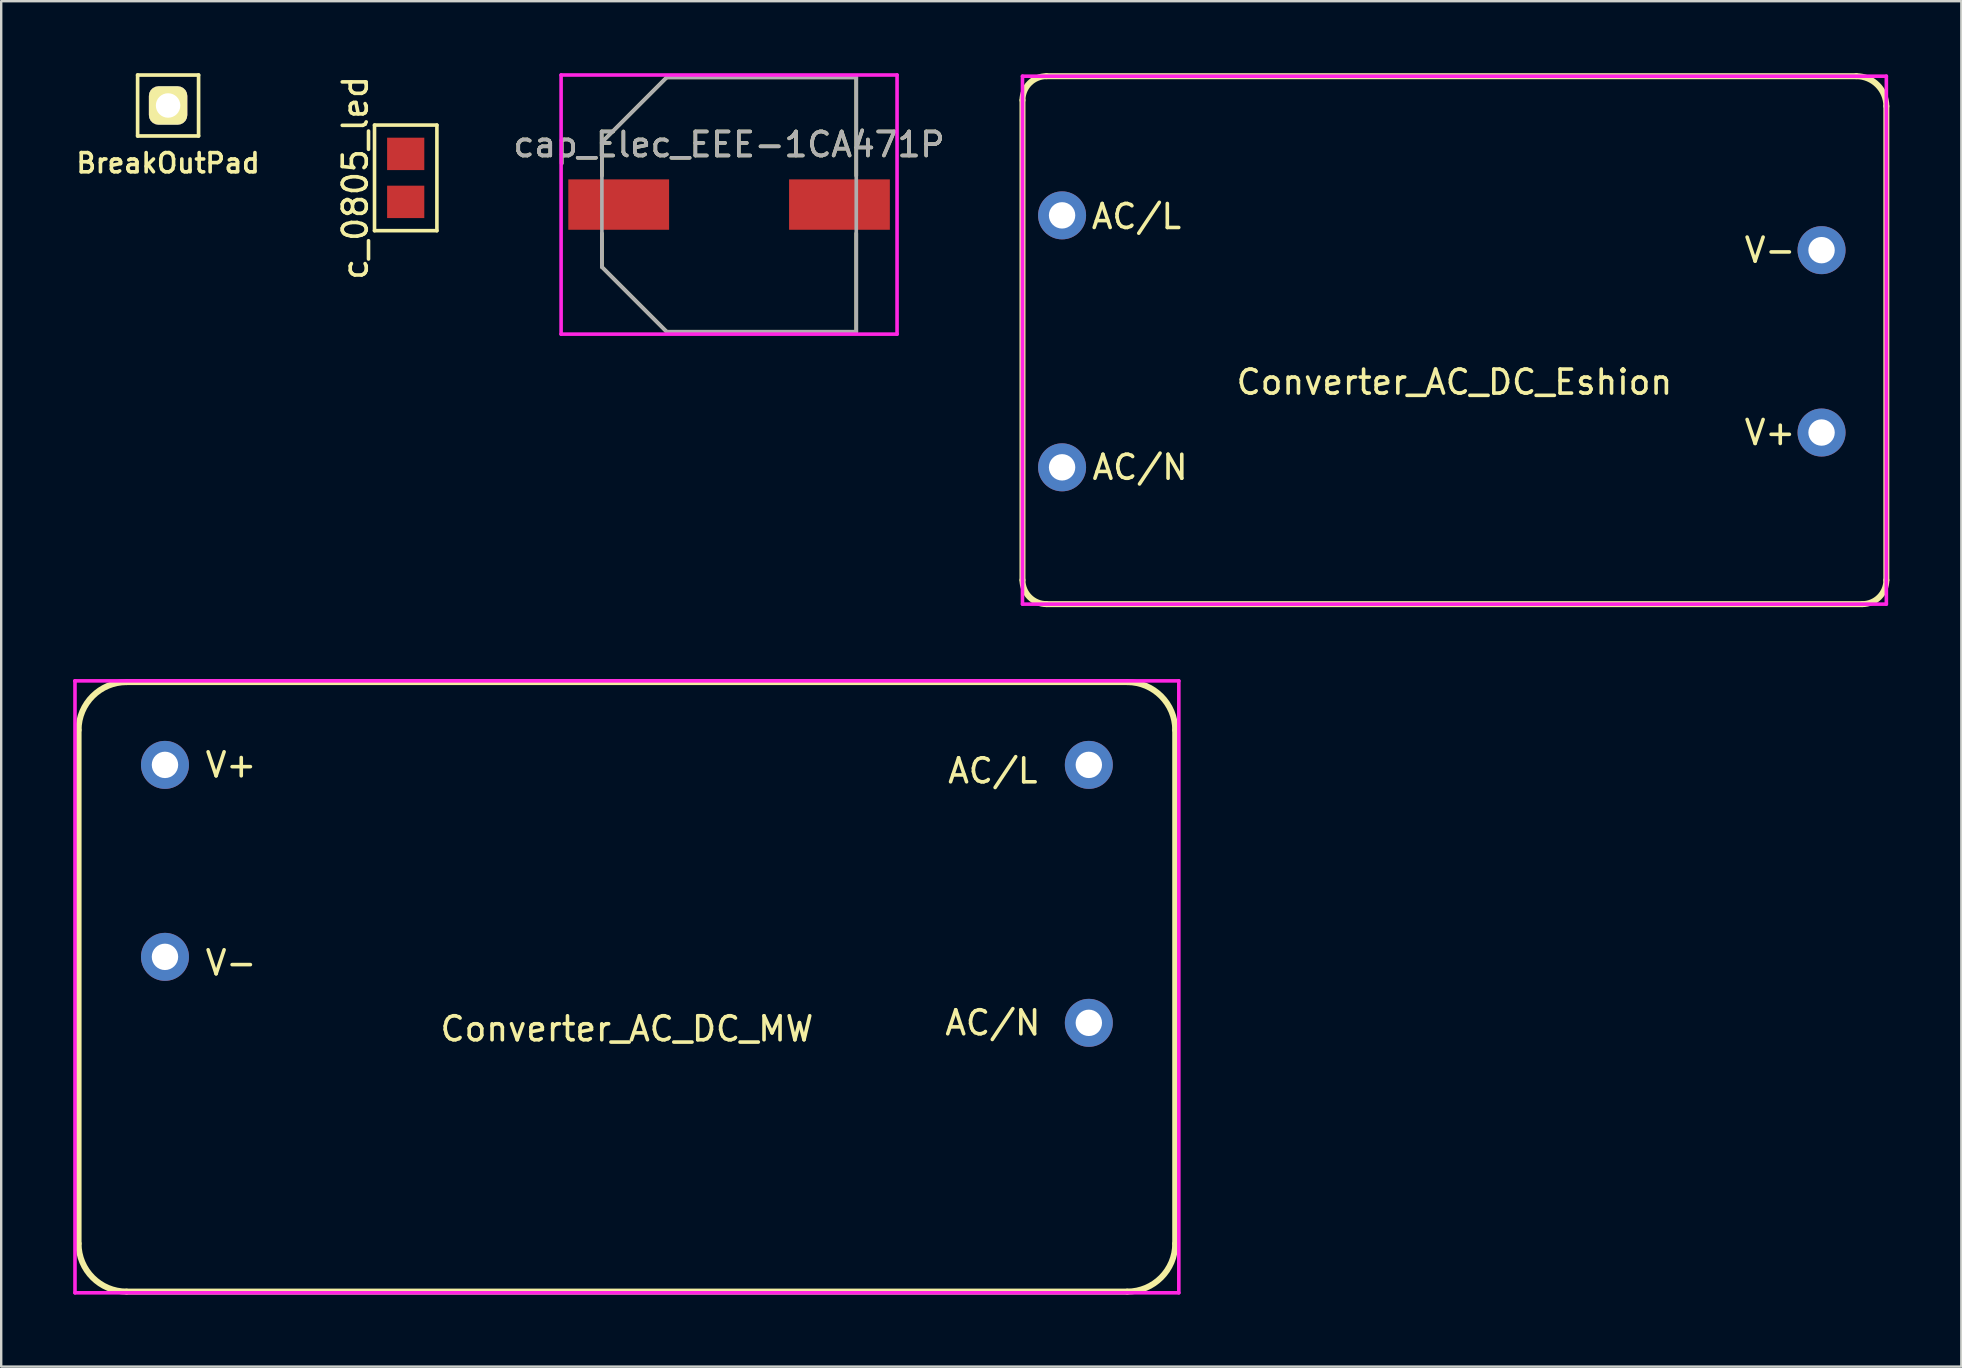
<source format=kicad_pcb>
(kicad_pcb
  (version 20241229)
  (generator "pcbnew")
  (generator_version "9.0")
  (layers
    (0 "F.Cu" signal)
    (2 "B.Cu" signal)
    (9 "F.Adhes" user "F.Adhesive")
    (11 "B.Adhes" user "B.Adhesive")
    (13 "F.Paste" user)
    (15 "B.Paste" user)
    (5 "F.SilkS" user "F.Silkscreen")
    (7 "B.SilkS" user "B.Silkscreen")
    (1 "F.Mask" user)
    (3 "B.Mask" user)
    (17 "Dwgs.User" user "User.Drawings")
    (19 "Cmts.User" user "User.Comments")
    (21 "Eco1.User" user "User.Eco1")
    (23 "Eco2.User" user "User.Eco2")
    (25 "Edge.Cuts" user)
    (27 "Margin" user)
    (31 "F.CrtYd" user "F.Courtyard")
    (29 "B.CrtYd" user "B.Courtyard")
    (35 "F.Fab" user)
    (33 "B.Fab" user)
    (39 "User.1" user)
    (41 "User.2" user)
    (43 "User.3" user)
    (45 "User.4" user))
  (footprint "cap_Elec_EEE-1CA471P"
    (layer "F.Cu")
    (at 27.333 5.475)
    (property "Reference" "cap_Elec_EEE-1CA471P" (at 0 -2.5 0) (layer "F.SilkS") (effects (font (size 1 1) (thickness 0.15))))
    (attr through_hole)
    (fp_line (start -5.3 -2.6) (end -5.3 -1.2) (stroke (width 0.152) (type solid)) (layer "F.SilkS"))
    (fp_line (start -5.3 1.2) (end -5.3 2.6) (stroke (width 0.152) (type solid)) (layer "F.SilkS"))
    (fp_line (start -5.3 2.6) (end -2.6 5.3) (stroke (width 0.15) (type solid)) (layer "F.SilkS"))
    (fp_line (start -2.6 -5.3) (end -5.3 -2.6) (stroke (width 0.15) (type solid)) (layer "F.SilkS"))
    (fp_line (start -2.6 5.3) (end 5.3 5.3) (stroke (width 0.152) (type solid)) (layer "F.SilkS"))
    (fp_line (start 5.3 -5.3) (end -2.6 -5.3) (stroke (width 0.152) (type solid)) (layer "F.SilkS"))
    (fp_line (start 5.3 -1.2) (end 5.3 -5.3) (stroke (width 0.152) (type solid)) (layer "F.SilkS"))
    (fp_line (start 5.3 5.3) (end 5.3 1.2) (stroke (width 0.152) (type solid)) (layer "F.SilkS"))
    (fp_line (start -7 -5.4) (end -7 5.4) (stroke (width 0.15) (type solid)) (layer "F.CrtYd"))
    (fp_line (start -7 5.4) (end 7 5.4) (stroke (width 0.15) (type solid)) (layer "F.CrtYd"))
    (fp_line (start 7 -5.4) (end -7 -5.4) (stroke (width 0.15) (type solid)) (layer "F.CrtYd"))
    (fp_line (start 7 5.4) (end 7 -5.4) (stroke (width 0.15) (type solid)) (layer "F.CrtYd"))
    (fp_line (start -5.3 -2.6) (end -5.3 2.6) (stroke (width 0.152) (type solid)) (layer "F.Fab"))
    (fp_line (start -5.3 -2.6) (end -2.6 -5.3) (stroke (width 0.152) (type solid)) (layer "F.Fab"))
    (fp_line (start -5.3 2.6) (end -2.6 5.3) (stroke (width 0.152) (type solid)) (layer "F.Fab"))
    (fp_line (start -2.6 5.3) (end 5.3 5.3) (stroke (width 0.152) (type solid)) (layer "F.Fab"))
    (fp_line (start 5.3 -5.3) (end -2.6 -5.3) (stroke (width 0.152) (type solid)) (layer "F.Fab"))
    (fp_line (start 5.3 5.3) (end 5.3 -5.3) (stroke (width 0.152) (type solid)) (layer "F.Fab"))
    (fp_text user "${REFERENCE}" (at 0 -2.5 0) (layer "F.Fab") (effects (font (size 1 1) (thickness 0.15))))
    (pad "1" smd rect (at -4.6 0) (size 4.2 2.1) (layers "F.Cu" "F.Mask" "F.Paste"))
    (pad "2" smd rect (at 4.6 0) (size 4.2 2.1) (layers "F.Cu" "F.Mask" "F.Paste")))
  (footprint "BreakOutPad"
    (layer "F.Cu")
    (at 3.955 1.346)
    (property "Reference" "BreakOutPad" (at 0 2.4 0) (layer "F.SilkS") (effects (font (size 0.8 0.8) (thickness 0.15))))
    (attr through_hole)
    (fp_line (start -1.27 -1.27) (end 1.27 -1.27) (stroke (width 0.152) (type solid)) (layer "F.SilkS"))
    (fp_line (start -1.27 1.27) (end -1.27 -1.27) (stroke (width 0.152) (type solid)) (layer "F.SilkS"))
    (fp_line (start 1.27 -1.27) (end 1.27 1.27) (stroke (width 0.152) (type solid)) (layer "F.SilkS"))
    (fp_line (start 1.27 1.27) (end -1.27 1.27) (stroke (width 0.152) (type solid)) (layer "F.SilkS"))
    (pad "1" thru_hole roundrect (at 0 0) (size 1.6 1.6) (drill 1.02) (layers "*.Cu" "*.Mask" "F.SilkS") (roundrect_rratio 0.25)))
  (footprint "Converter_AC_DC_Eshion"
    (layer "F.Cu")
    (at 57.56 11.125)
    (property "Reference" "Converter_AC_DC_Eshion" (at 0 1.75 0) (layer "F.SilkS") (effects (font (size 1 1) (thickness 0.15))))
    (attr through_hole)
    (fp_line (start -18 10) (end -18 -10) (stroke (width 0.25) (type solid)) (layer "F.SilkS"))
    (fp_line (start -17 -11) (end 16.75 -11) (stroke (width 0.25) (type solid)) (layer "F.SilkS"))
    (fp_line (start 17 11) (end -17 11) (stroke (width 0.25) (type solid)) (layer "F.SilkS"))
    (fp_line (start 18 -9.75) (end 18 10) (stroke (width 0.25) (type solid)) (layer "F.SilkS"))
    (fp_arc (start -18 -10) (mid -17.707107 -10.707107) (end -17 -11) (stroke (width 0.25) (type solid)) (layer "F.SilkS"))
    (fp_arc (start -17 11) (mid -17.707107 10.707107) (end -18 10) (stroke (width 0.25) (type solid)) (layer "F.SilkS"))
    (fp_arc (start 16.75 -11) (mid 17.633883 -10.633883) (end 18 -9.75) (stroke (width 0.25) (type solid)) (layer "F.SilkS"))
    (fp_arc (start 18 10) (mid 17.707107 10.707107) (end 17 11) (stroke (width 0.25) (type solid)) (layer "F.SilkS"))
    (fp_line (start -18 -11) (end -18 11) (stroke (width 0.15) (type solid)) (layer "F.CrtYd"))
    (fp_line (start -18 11) (end 18 11) (stroke (width 0.15) (type solid)) (layer "F.CrtYd"))
    (fp_line (start 18 -11) (end -18 -11) (stroke (width 0.15) (type solid)) (layer "F.CrtYd"))
    (fp_line (start 18 11) (end 18 -11) (stroke (width 0.15) (type solid)) (layer "F.CrtYd"))
    (fp_text user "V-" (at 13.15 -3.75 0) (layer "F.SilkS") (effects (font (size 1 1) (thickness 0.15))))
    (fp_text user "AC/N" (at -13.1 5.3 0) (layer "F.SilkS") (effects (font (size 1 1) (thickness 0.15))))
    (fp_text user "AC/L" (at -13.25 -5.15 0) (layer "F.SilkS") (effects (font (size 1 1) (thickness 0.15))))
    (fp_text user "V+" (at 13.15 3.85 0) (layer "F.SilkS") (effects (font (size 1 1) (thickness 0.15))))
    (pad "1" thru_hole circle (at -16.35 -5.2) (size 2 2) (drill 1.1) (layers "*.Cu" "*.Mask"))
    (pad "2" thru_hole circle (at -16.35 5.3) (size 2 2) (drill 1.1) (layers "*.Cu" "*.Mask"))
    (pad "3" thru_hole circle (at 15.3 3.85) (size 2 2) (drill 1.1) (layers "*.Cu" "*.Mask"))
    (pad "4" thru_hole circle (at 15.3 -3.75) (size 2 2) (drill 1.1) (layers "*.Cu" "*.Mask")))
  (footprint "Converter_AC_DC_MW"
    (layer "F.Cu")
    (at 23.075 38.075)
    (property "Reference" "Converter_AC_DC_MW" (at 0 1.75 0) (layer "F.SilkS") (effects (font (size 1 1) (thickness 0.15))))
    (attr through_hole)
    (fp_line (start -22.85 10.7) (end -22.85 -10.7) (stroke (width 0.25) (type solid)) (layer "F.SilkS"))
    (fp_line (start -20.85 -12.7) (end 20.85 -12.7) (stroke (width 0.25) (type solid)) (layer "F.SilkS"))
    (fp_line (start 20.85 12.7) (end -20.85 12.7) (stroke (width 0.25) (type solid)) (layer "F.SilkS"))
    (fp_line (start 22.85 -10.7) (end 22.85 10.7) (stroke (width 0.25) (type solid)) (layer "F.SilkS"))
    (fp_arc (start -22.85 -10.7) (mid -22.264214 -12.114214) (end -20.85 -12.7) (stroke (width 0.25) (type solid)) (layer "F.SilkS"))
    (fp_arc (start -20.85 12.7) (mid -22.264214 12.114214) (end -22.85 10.7) (stroke (width 0.25) (type solid)) (layer "F.SilkS"))
    (fp_arc (start 20.85 -12.7) (mid 22.264214 -12.114214) (end 22.85 -10.7) (stroke (width 0.25) (type solid)) (layer "F.SilkS"))
    (fp_arc (start 22.85 10.7) (mid 22.264214 12.114214) (end 20.85 12.7) (stroke (width 0.25) (type solid)) (layer "F.SilkS"))
    (fp_line (start -23 -12.75) (end -23 -12.75) (stroke (width 0.15) (type solid)) (layer "F.CrtYd"))
    (fp_line (start -23 -12.75) (end -23 12.75) (stroke (width 0.15) (type solid)) (layer "F.CrtYd"))
    (fp_line (start -23 12.75) (end 23 12.75) (stroke (width 0.15) (type solid)) (layer "F.CrtYd"))
    (fp_line (start 23 -12.75) (end -23 -12.75) (stroke (width 0.15) (type solid)) (layer "F.CrtYd"))
    (fp_line (start 23 12.75) (end 23 -12.75) (stroke (width 0.15) (type solid)) (layer "F.CrtYd"))
    (fp_text user "AC/L" (at 15.25 -9 0) (layer "F.SilkS") (effects (font (size 1 1) (thickness 0.15))))
    (fp_text user "V+" (at -16.5 -9.25 0) (layer "F.SilkS") (effects (font (size 1 1) (thickness 0.15))))
    (fp_text user "AC/N" (at 15.25 1.5 0) (layer "F.SilkS") (effects (font (size 1 1) (thickness 0.15))))
    (fp_text user "V-" (at -16.5 -1 0) (layer "F.SilkS") (effects (font (size 1 1) (thickness 0.15))))
    (pad "1" thru_hole circle (at 19.25 -9.25) (size 2 2) (drill 1.1) (layers "*.Cu" "*.Mask"))
    (pad "2" thru_hole circle (at 19.25 1.5) (size 2 2) (drill 1.1) (layers "*.Cu" "*.Mask"))
    (pad "3" thru_hole circle (at -19.25 -9.25) (size 2 2) (drill 1.1) (layers "*.Cu" "*.Mask"))
    (pad "4" thru_hole circle (at -19.25 -1.25) (size 2 2) (drill 1.1) (layers "*.Cu" "*.Mask")))
  (footprint "c_0805_led"
    (layer "F.Cu")
    (at 13.857 4.363)
    (property "Reference" "c_0805_led" (at -2.1 0 90) (layer "F.SilkS") (effects (font (size 1 1) (thickness 0.15))))
    (attr smd)
    (fp_line (start -1.3 -2.2) (end 1.3 -2.2) (stroke (width 0.15) (type solid)) (layer "F.SilkS"))
    (fp_line (start -1.3 2.2) (end -1.3 -2.2) (stroke (width 0.15) (type solid)) (layer "F.SilkS"))
    (fp_line (start 1.3 -2.2) (end 1.3 2.2) (stroke (width 0.15) (type solid)) (layer "F.SilkS"))
    (fp_line (start 1.3 2.2) (end -1.3 2.2) (stroke (width 0.15) (type solid)) (layer "F.SilkS"))
    (pad "1" smd rect (at 0 -1 90) (size 1.35 1.55) (layers "F.Cu" "F.Mask" "F.Paste"))
    (pad "2" smd rect (at 0 1 90) (size 1.35 1.55) (layers "F.Cu" "F.Mask" "F.Paste")))
  (gr_rect
    (start -3 -3)
    (end 78.685 53.9)
    (stroke (width 0.1) (type default))
    (fill no)
    (layer "Edge.Cuts")))
</source>
